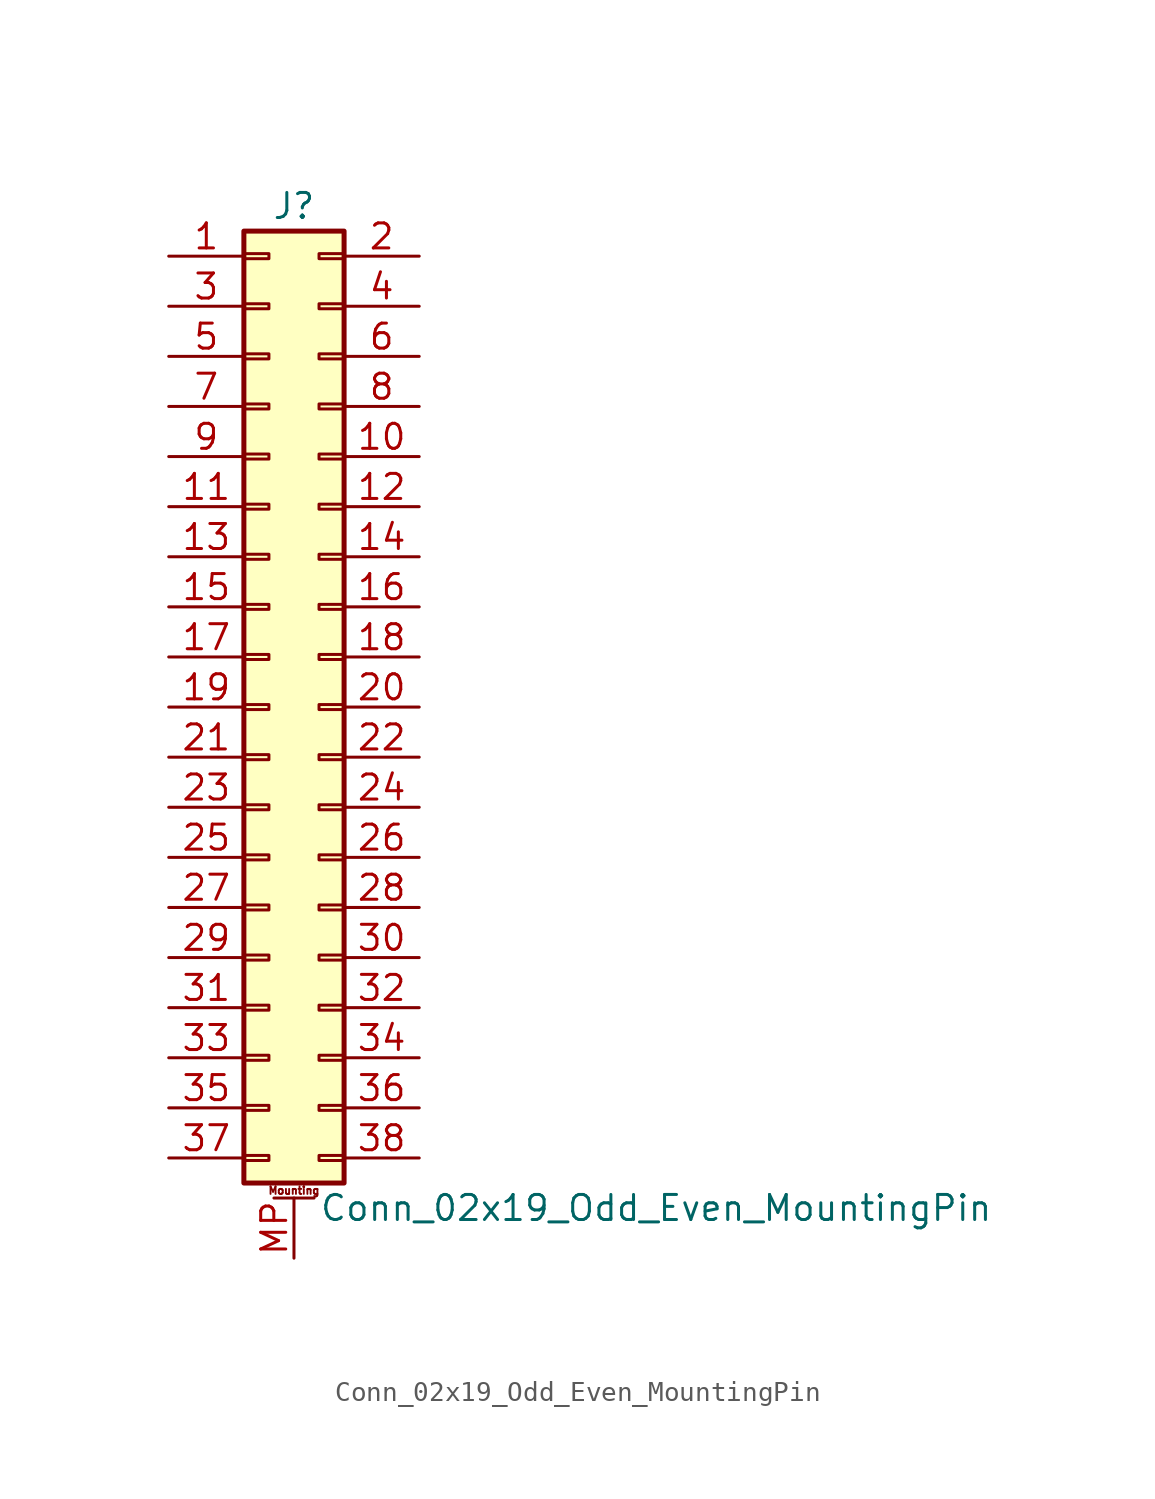
<source format=kicad_sym>
(kicad_symbol_lib
  (version 20220914)
  (generator kicad_symbol_editor)
  (symbol "Conn_02x19_Odd_Even_MountingPin"
    (pin_names
      (offset 1.016) hide)
    (property "Reference" "J"
      (at 1.27 25.4 0)
      (effects (font (size 1.27 1.27))))
    (property "Value" "Conn_02x19_Odd_Even_MountingPin"
      (at 2.54 -25.4 0)
      (effects (font (size 1.27 1.27)) (justify left)))
    (symbol "Conn_02x19_Odd_Even_MountingPin_1_1"
      (rectangle (start -1.27 -22.733) (end 0 -22.987) (stroke (width 0.152) (type default)) (fill (type none)))
      (rectangle (start -1.27 -20.193) (end 0 -20.447) (stroke (width 0.152) (type default)) (fill (type none)))
      (rectangle (start -1.27 -17.653) (end 0 -17.907) (stroke (width 0.152) (type default)) (fill (type none)))
      (rectangle (start -1.27 -15.113) (end 0 -15.367) (stroke (width 0.152) (type default)) (fill (type none)))
      (rectangle (start -1.27 -12.573) (end 0 -12.827) (stroke (width 0.152) (type default)) (fill (type none)))
      (rectangle (start -1.27 -10.033) (end 0 -10.287) (stroke (width 0.152) (type default)) (fill (type none)))
      (rectangle (start -1.27 -7.493) (end 0 -7.747) (stroke (width 0.152) (type default)) (fill (type none)))
      (rectangle (start -1.27 -4.953) (end 0 -5.207) (stroke (width 0.152) (type default)) (fill (type none)))
      (rectangle (start -1.27 -2.413) (end 0 -2.667) (stroke (width 0.152) (type default)) (fill (type none)))
      (rectangle (start -1.27 0.127) (end 0 -0.127) (stroke (width 0.152) (type default)) (fill (type none)))
      (rectangle (start -1.27 2.667) (end 0 2.413) (stroke (width 0.152) (type default)) (fill (type none)))
      (rectangle (start -1.27 5.207) (end 0 4.953) (stroke (width 0.152) (type default)) (fill (type none)))
      (rectangle (start -1.27 7.747) (end 0 7.493) (stroke (width 0.152) (type default)) (fill (type none)))
      (rectangle (start -1.27 10.287) (end 0 10.033) (stroke (width 0.152) (type default)) (fill (type none)))
      (rectangle (start -1.27 12.827) (end 0 12.573) (stroke (width 0.152) (type default)) (fill (type none)))
      (rectangle (start -1.27 15.367) (end 0 15.113) (stroke (width 0.152) (type default)) (fill (type none)))
      (rectangle (start -1.27 17.907) (end 0 17.653) (stroke (width 0.152) (type default)) (fill (type none)))
      (rectangle (start -1.27 20.447) (end 0 20.193) (stroke (width 0.152) (type default)) (fill (type none)))
      (rectangle (start -1.27 22.987) (end 0 22.733) (stroke (width 0.152) (type default)) (fill (type none)))
      (rectangle (start -1.27 24.13) (end 3.81 -24.13) (stroke (width 0.254) (type default)) (fill (type background)))
      (polyline (pts (xy 0.254 -24.892) (xy 2.286 -24.892)) (stroke (width 0.152) (type default)) (fill (type none)))
      (rectangle (start 3.81 -22.733) (end 2.54 -22.987) (stroke (width 0.152) (type default)) (fill (type none)))
      (rectangle (start 3.81 -20.193) (end 2.54 -20.447) (stroke (width 0.152) (type default)) (fill (type none)))
      (rectangle (start 3.81 -17.653) (end 2.54 -17.907) (stroke (width 0.152) (type default)) (fill (type none)))
      (rectangle (start 3.81 -15.113) (end 2.54 -15.367) (stroke (width 0.152) (type default)) (fill (type none)))
      (rectangle (start 3.81 -12.573) (end 2.54 -12.827) (stroke (width 0.152) (type default)) (fill (type none)))
      (rectangle (start 3.81 -10.033) (end 2.54 -10.287) (stroke (width 0.152) (type default)) (fill (type none)))
      (rectangle (start 3.81 -7.493) (end 2.54 -7.747) (stroke (width 0.152) (type default)) (fill (type none)))
      (rectangle (start 3.81 -4.953) (end 2.54 -5.207) (stroke (width 0.152) (type default)) (fill (type none)))
      (rectangle (start 3.81 -2.413) (end 2.54 -2.667) (stroke (width 0.152) (type default)) (fill (type none)))
      (rectangle (start 3.81 0.127) (end 2.54 -0.127) (stroke (width 0.152) (type default)) (fill (type none)))
      (rectangle (start 3.81 2.667) (end 2.54 2.413) (stroke (width 0.152) (type default)) (fill (type none)))
      (rectangle (start 3.81 5.207) (end 2.54 4.953) (stroke (width 0.152) (type default)) (fill (type none)))
      (rectangle (start 3.81 7.747) (end 2.54 7.493) (stroke (width 0.152) (type default)) (fill (type none)))
      (rectangle (start 3.81 10.287) (end 2.54 10.033) (stroke (width 0.152) (type default)) (fill (type none)))
      (rectangle (start 3.81 12.827) (end 2.54 12.573) (stroke (width 0.152) (type default)) (fill (type none)))
      (rectangle (start 3.81 15.367) (end 2.54 15.113) (stroke (width 0.152) (type default)) (fill (type none)))
      (rectangle (start 3.81 17.907) (end 2.54 17.653) (stroke (width 0.152) (type default)) (fill (type none)))
      (rectangle (start 3.81 20.447) (end 2.54 20.193) (stroke (width 0.152) (type default)) (fill (type none)))
      (rectangle (start 3.81 22.987) (end 2.54 22.733) (stroke (width 0.152) (type default)) (fill (type none)))
      (text "Mounting" (at 1.27 -24.511 0) (effects (font (size 0.381 0.381))))
      (pin passive line (at -5.08 22.86 0) (length 3.81) (name "Pin_1" (effects (font (size 1.27 1.27)))) (number "1" (effects (font (size 1.27 1.27)))))
      (pin passive line (at 7.62 12.7 180) (length 3.81) (name "Pin_10" (effects (font (size 1.27 1.27)))) (number "10" (effects (font (size 1.27 1.27)))))
      (pin passive line (at -5.08 10.16 0) (length 3.81) (name "Pin_11" (effects (font (size 1.27 1.27)))) (number "11" (effects (font (size 1.27 1.27)))))
      (pin passive line (at 7.62 10.16 180) (length 3.81) (name "Pin_12" (effects (font (size 1.27 1.27)))) (number "12" (effects (font (size 1.27 1.27)))))
      (pin passive line (at -5.08 7.62 0) (length 3.81) (name "Pin_13" (effects (font (size 1.27 1.27)))) (number "13" (effects (font (size 1.27 1.27)))))
      (pin passive line (at 7.62 7.62 180) (length 3.81) (name "Pin_14" (effects (font (size 1.27 1.27)))) (number "14" (effects (font (size 1.27 1.27)))))
      (pin passive line (at -5.08 5.08 0) (length 3.81) (name "Pin_15" (effects (font (size 1.27 1.27)))) (number "15" (effects (font (size 1.27 1.27)))))
      (pin passive line (at 7.62 5.08 180) (length 3.81) (name "Pin_16" (effects (font (size 1.27 1.27)))) (number "16" (effects (font (size 1.27 1.27)))))
      (pin passive line (at -5.08 2.54 0) (length 3.81) (name "Pin_17" (effects (font (size 1.27 1.27)))) (number "17" (effects (font (size 1.27 1.27)))))
      (pin passive line (at 7.62 2.54 180) (length 3.81) (name "Pin_18" (effects (font (size 1.27 1.27)))) (number "18" (effects (font (size 1.27 1.27)))))
      (pin passive line (at -5.08 0 0) (length 3.81) (name "Pin_19" (effects (font (size 1.27 1.27)))) (number "19" (effects (font (size 1.27 1.27)))))
      (pin passive line (at 7.62 22.86 180) (length 3.81) (name "Pin_2" (effects (font (size 1.27 1.27)))) (number "2" (effects (font (size 1.27 1.27)))))
      (pin passive line (at 7.62 0 180) (length 3.81) (name "Pin_20" (effects (font (size 1.27 1.27)))) (number "20" (effects (font (size 1.27 1.27)))))
      (pin passive line (at -5.08 -2.54 0) (length 3.81) (name "Pin_21" (effects (font (size 1.27 1.27)))) (number "21" (effects (font (size 1.27 1.27)))))
      (pin passive line (at 7.62 -2.54 180) (length 3.81) (name "Pin_22" (effects (font (size 1.27 1.27)))) (number "22" (effects (font (size 1.27 1.27)))))
      (pin passive line (at -5.08 -5.08 0) (length 3.81) (name "Pin_23" (effects (font (size 1.27 1.27)))) (number "23" (effects (font (size 1.27 1.27)))))
      (pin passive line (at 7.62 -5.08 180) (length 3.81) (name "Pin_24" (effects (font (size 1.27 1.27)))) (number "24" (effects (font (size 1.27 1.27)))))
      (pin passive line (at -5.08 -7.62 0) (length 3.81) (name "Pin_25" (effects (font (size 1.27 1.27)))) (number "25" (effects (font (size 1.27 1.27)))))
      (pin passive line (at 7.62 -7.62 180) (length 3.81) (name "Pin_26" (effects (font (size 1.27 1.27)))) (number "26" (effects (font (size 1.27 1.27)))))
      (pin passive line (at -5.08 -10.16 0) (length 3.81) (name "Pin_27" (effects (font (size 1.27 1.27)))) (number "27" (effects (font (size 1.27 1.27)))))
      (pin passive line (at 7.62 -10.16 180) (length 3.81) (name "Pin_28" (effects (font (size 1.27 1.27)))) (number "28" (effects (font (size 1.27 1.27)))))
      (pin passive line (at -5.08 -12.7 0) (length 3.81) (name "Pin_29" (effects (font (size 1.27 1.27)))) (number "29" (effects (font (size 1.27 1.27)))))
      (pin passive line (at -5.08 20.32 0) (length 3.81) (name "Pin_3" (effects (font (size 1.27 1.27)))) (number "3" (effects (font (size 1.27 1.27)))))
      (pin passive line (at 7.62 -12.7 180) (length 3.81) (name "Pin_30" (effects (font (size 1.27 1.27)))) (number "30" (effects (font (size 1.27 1.27)))))
      (pin passive line (at -5.08 -15.24 0) (length 3.81) (name "Pin_31" (effects (font (size 1.27 1.27)))) (number "31" (effects (font (size 1.27 1.27)))))
      (pin passive line (at 7.62 -15.24 180) (length 3.81) (name "Pin_32" (effects (font (size 1.27 1.27)))) (number "32" (effects (font (size 1.27 1.27)))))
      (pin passive line (at -5.08 -17.78 0) (length 3.81) (name "Pin_33" (effects (font (size 1.27 1.27)))) (number "33" (effects (font (size 1.27 1.27)))))
      (pin passive line (at 7.62 -17.78 180) (length 3.81) (name "Pin_34" (effects (font (size 1.27 1.27)))) (number "34" (effects (font (size 1.27 1.27)))))
      (pin passive line (at -5.08 -20.32 0) (length 3.81) (name "Pin_35" (effects (font (size 1.27 1.27)))) (number "35" (effects (font (size 1.27 1.27)))))
      (pin passive line (at 7.62 -20.32 180) (length 3.81) (name "Pin_36" (effects (font (size 1.27 1.27)))) (number "36" (effects (font (size 1.27 1.27)))))
      (pin passive line (at -5.08 -22.86 0) (length 3.81) (name "Pin_37" (effects (font (size 1.27 1.27)))) (number "37" (effects (font (size 1.27 1.27)))))
      (pin passive line (at 7.62 -22.86 180) (length 3.81) (name "Pin_38" (effects (font (size 1.27 1.27)))) (number "38" (effects (font (size 1.27 1.27)))))
      (pin passive line (at 7.62 20.32 180) (length 3.81) (name "Pin_4" (effects (font (size 1.27 1.27)))) (number "4" (effects (font (size 1.27 1.27)))))
      (pin passive line (at -5.08 17.78 0) (length 3.81) (name "Pin_5" (effects (font (size 1.27 1.27)))) (number "5" (effects (font (size 1.27 1.27)))))
      (pin passive line (at 7.62 17.78 180) (length 3.81) (name "Pin_6" (effects (font (size 1.27 1.27)))) (number "6" (effects (font (size 1.27 1.27)))))
      (pin passive line (at -5.08 15.24 0) (length 3.81) (name "Pin_7" (effects (font (size 1.27 1.27)))) (number "7" (effects (font (size 1.27 1.27)))))
      (pin passive line (at 7.62 15.24 180) (length 3.81) (name "Pin_8" (effects (font (size 1.27 1.27)))) (number "8" (effects (font (size 1.27 1.27)))))
      (pin passive line (at -5.08 12.7 0) (length 3.81) (name "Pin_9" (effects (font (size 1.27 1.27)))) (number "9" (effects (font (size 1.27 1.27)))))
      (pin passive line (at 1.27 -27.94 90) (length 3.048) (name "MountPin" (effects (font (size 1.27 1.27)))) (number "MP" (effects (font (size 1.27 1.27))))))))
</source>
